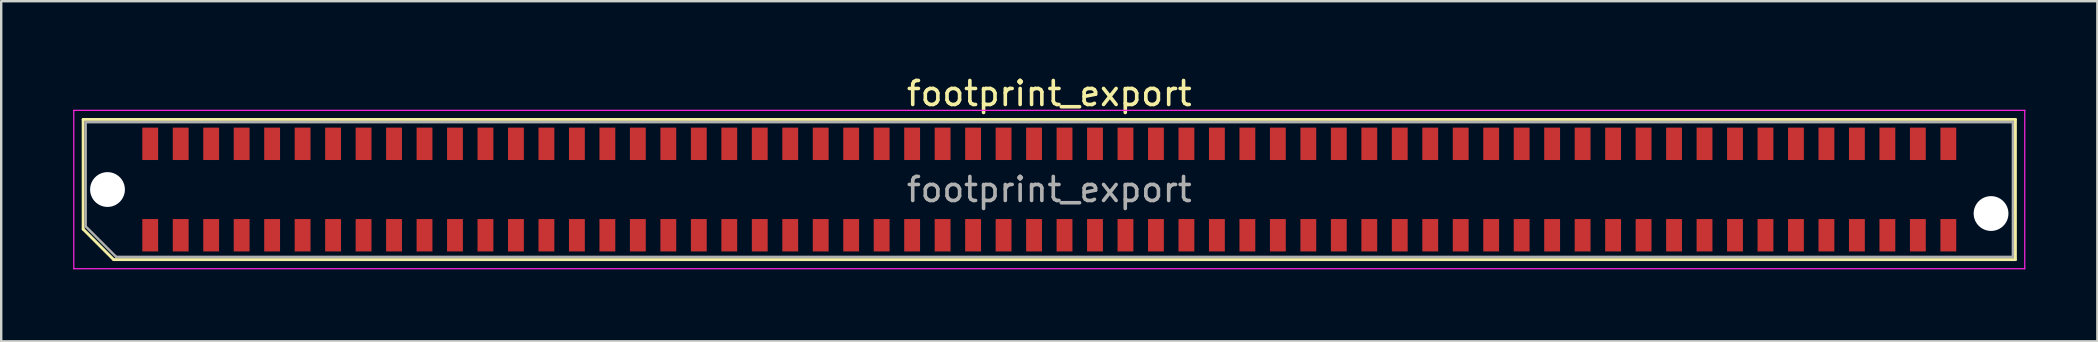
<source format=kicad_pcb>
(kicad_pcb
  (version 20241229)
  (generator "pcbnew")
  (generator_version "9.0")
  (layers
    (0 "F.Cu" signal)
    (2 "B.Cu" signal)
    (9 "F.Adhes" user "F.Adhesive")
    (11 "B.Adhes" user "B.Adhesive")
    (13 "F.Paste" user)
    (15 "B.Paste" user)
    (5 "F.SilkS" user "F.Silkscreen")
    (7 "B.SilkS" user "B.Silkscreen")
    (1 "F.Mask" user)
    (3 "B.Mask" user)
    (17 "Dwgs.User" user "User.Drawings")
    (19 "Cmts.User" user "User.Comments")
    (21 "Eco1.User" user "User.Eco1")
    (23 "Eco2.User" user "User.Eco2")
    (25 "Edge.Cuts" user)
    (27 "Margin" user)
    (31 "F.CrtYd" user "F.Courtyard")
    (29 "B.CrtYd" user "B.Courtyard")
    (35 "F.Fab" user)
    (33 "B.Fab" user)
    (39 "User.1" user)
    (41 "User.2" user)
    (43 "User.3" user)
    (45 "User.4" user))
  (footprint "footprint_export"
    (layer "F.Cu")
    (at 40.675 4.848)
    (property "Reference" "footprint_export" (at 0 -4 0) (layer "F.SilkS") (effects (font (size 1 1) (thickness 0.15))))
    (attr smd)
    (fp_line (start -40.26 -2.92) (end 40.26 -2.92) (stroke (width 0.12) (type solid)) (layer "F.SilkS"))
    (fp_line (start -40.26 1.65) (end -40.26 -2.92) (stroke (width 0.12) (type solid)) (layer "F.SilkS"))
    (fp_line (start -38.99 2.92) (end -40.26 1.65) (stroke (width 0.12) (type solid)) (layer "F.SilkS"))
    (fp_line (start -38.99 2.92) (end 40.26 2.92) (stroke (width 0.12) (type solid)) (layer "F.SilkS"))
    (fp_line (start 40.26 2.92) (end 40.26 -2.92) (stroke (width 0.12) (type solid)) (layer "F.SilkS"))
    (fp_line (start -40.65 -3.3) (end -40.65 3.3) (stroke (width 0.05) (type solid)) (layer "F.CrtYd"))
    (fp_line (start -40.65 3.3) (end 40.65 3.3) (stroke (width 0.05) (type solid)) (layer "F.CrtYd"))
    (fp_line (start 40.65 -3.3) (end -40.65 -3.3) (stroke (width 0.05) (type solid)) (layer "F.CrtYd"))
    (fp_line (start 40.65 3.3) (end 40.65 -3.3) (stroke (width 0.05) (type solid)) (layer "F.CrtYd"))
    (fp_line (start -40.155 -2.805) (end 40.155 -2.805) (stroke (width 0.1) (type solid)) (layer "F.Fab"))
    (fp_line (start -40.155 1.535) (end -40.155 -2.805) (stroke (width 0.1) (type solid)) (layer "F.Fab"))
    (fp_line (start -40.155 1.535) (end -38.885 2.805) (stroke (width 0.1) (type solid)) (layer "F.Fab"))
    (fp_line (start -38.885 2.805) (end 40.155 2.805) (stroke (width 0.1) (type solid)) (layer "F.Fab"))
    (fp_line (start 40.155 2.805) (end 40.155 -2.805) (stroke (width 0.1) (type solid)) (layer "F.Fab"))
    (fp_text user "${REFERENCE}" (at 0 0 0) (layer "F.Fab") (effects (font (size 1 1) (thickness 0.15))))
    (pad "" np_thru_hole circle (at -39.245 0) (size 1.45 1.45) (drill 1.45) (layers "*.Cu" "*.Mask"))
    (pad "" np_thru_hole circle (at 39.245 1) (size 1.45 1.45) (drill 1.45) (layers "*.Cu" "*.Mask"))
    (pad "1" smd rect (at -37.465 1.905) (size 0.66 1.35) (layers "F.Cu" "F.Mask" "F.Paste"))
    (pad "2" smd rect (at -37.465 -1.905) (size 0.66 1.35) (layers "F.Cu" "F.Mask" "F.Paste"))
    (pad "3" smd rect (at -36.195 1.905) (size 0.66 1.35) (layers "F.Cu" "F.Mask" "F.Paste"))
    (pad "4" smd rect (at -36.195 -1.905) (size 0.66 1.35) (layers "F.Cu" "F.Mask" "F.Paste"))
    (pad "5" smd rect (at -34.925 1.905) (size 0.66 1.35) (layers "F.Cu" "F.Mask" "F.Paste"))
    (pad "6" smd rect (at -34.925 -1.905) (size 0.66 1.35) (layers "F.Cu" "F.Mask" "F.Paste"))
    (pad "7" smd rect (at -33.655 1.905) (size 0.66 1.35) (layers "F.Cu" "F.Mask" "F.Paste"))
    (pad "8" smd rect (at -33.655 -1.905) (size 0.66 1.35) (layers "F.Cu" "F.Mask" "F.Paste"))
    (pad "9" smd rect (at -32.385 1.905) (size 0.66 1.35) (layers "F.Cu" "F.Mask" "F.Paste"))
    (pad "10" smd rect (at -32.385 -1.905) (size 0.66 1.35) (layers "F.Cu" "F.Mask" "F.Paste"))
    (pad "11" smd rect (at -31.115 1.905) (size 0.66 1.35) (layers "F.Cu" "F.Mask" "F.Paste"))
    (pad "12" smd rect (at -31.115 -1.905) (size 0.66 1.35) (layers "F.Cu" "F.Mask" "F.Paste"))
    (pad "13" smd rect (at -29.845 1.905) (size 0.66 1.35) (layers "F.Cu" "F.Mask" "F.Paste"))
    (pad "14" smd rect (at -29.845 -1.905) (size 0.66 1.35) (layers "F.Cu" "F.Mask" "F.Paste"))
    (pad "15" smd rect (at -28.575 1.905) (size 0.66 1.35) (layers "F.Cu" "F.Mask" "F.Paste"))
    (pad "16" smd rect (at -28.575 -1.905) (size 0.66 1.35) (layers "F.Cu" "F.Mask" "F.Paste"))
    (pad "17" smd rect (at -27.305 1.905) (size 0.66 1.35) (layers "F.Cu" "F.Mask" "F.Paste"))
    (pad "18" smd rect (at -27.305 -1.905) (size 0.66 1.35) (layers "F.Cu" "F.Mask" "F.Paste"))
    (pad "19" smd rect (at -26.035 1.905) (size 0.66 1.35) (layers "F.Cu" "F.Mask" "F.Paste"))
    (pad "20" smd rect (at -26.035 -1.905) (size 0.66 1.35) (layers "F.Cu" "F.Mask" "F.Paste"))
    (pad "21" smd rect (at -24.765 1.905) (size 0.66 1.35) (layers "F.Cu" "F.Mask" "F.Paste"))
    (pad "22" smd rect (at -24.765 -1.905) (size 0.66 1.35) (layers "F.Cu" "F.Mask" "F.Paste"))
    (pad "23" smd rect (at -23.495 1.905) (size 0.66 1.35) (layers "F.Cu" "F.Mask" "F.Paste"))
    (pad "24" smd rect (at -23.495 -1.905) (size 0.66 1.35) (layers "F.Cu" "F.Mask" "F.Paste"))
    (pad "25" smd rect (at -22.225 1.905) (size 0.66 1.35) (layers "F.Cu" "F.Mask" "F.Paste"))
    (pad "26" smd rect (at -22.225 -1.905) (size 0.66 1.35) (layers "F.Cu" "F.Mask" "F.Paste"))
    (pad "27" smd rect (at -20.955 1.905) (size 0.66 1.35) (layers "F.Cu" "F.Mask" "F.Paste"))
    (pad "28" smd rect (at -20.955 -1.905) (size 0.66 1.35) (layers "F.Cu" "F.Mask" "F.Paste"))
    (pad "29" smd rect (at -19.685 1.905) (size 0.66 1.35) (layers "F.Cu" "F.Mask" "F.Paste"))
    (pad "30" smd rect (at -19.685 -1.905) (size 0.66 1.35) (layers "F.Cu" "F.Mask" "F.Paste"))
    (pad "31" smd rect (at -18.415 1.905) (size 0.66 1.35) (layers "F.Cu" "F.Mask" "F.Paste"))
    (pad "32" smd rect (at -18.415 -1.905) (size 0.66 1.35) (layers "F.Cu" "F.Mask" "F.Paste"))
    (pad "33" smd rect (at -17.145 1.905) (size 0.66 1.35) (layers "F.Cu" "F.Mask" "F.Paste"))
    (pad "34" smd rect (at -17.145 -1.905) (size 0.66 1.35) (layers "F.Cu" "F.Mask" "F.Paste"))
    (pad "35" smd rect (at -15.875 1.905) (size 0.66 1.35) (layers "F.Cu" "F.Mask" "F.Paste"))
    (pad "36" smd rect (at -15.875 -1.905) (size 0.66 1.35) (layers "F.Cu" "F.Mask" "F.Paste"))
    (pad "37" smd rect (at -14.605 1.905) (size 0.66 1.35) (layers "F.Cu" "F.Mask" "F.Paste"))
    (pad "38" smd rect (at -14.605 -1.905) (size 0.66 1.35) (layers "F.Cu" "F.Mask" "F.Paste"))
    (pad "39" smd rect (at -13.335 1.905) (size 0.66 1.35) (layers "F.Cu" "F.Mask" "F.Paste"))
    (pad "40" smd rect (at -13.335 -1.905) (size 0.66 1.35) (layers "F.Cu" "F.Mask" "F.Paste"))
    (pad "41" smd rect (at -12.065 1.905) (size 0.66 1.35) (layers "F.Cu" "F.Mask" "F.Paste"))
    (pad "42" smd rect (at -12.065 -1.905) (size 0.66 1.35) (layers "F.Cu" "F.Mask" "F.Paste"))
    (pad "43" smd rect (at -10.795 1.905) (size 0.66 1.35) (layers "F.Cu" "F.Mask" "F.Paste"))
    (pad "44" smd rect (at -10.795 -1.905) (size 0.66 1.35) (layers "F.Cu" "F.Mask" "F.Paste"))
    (pad "45" smd rect (at -9.525 1.905) (size 0.66 1.35) (layers "F.Cu" "F.Mask" "F.Paste"))
    (pad "46" smd rect (at -9.525 -1.905) (size 0.66 1.35) (layers "F.Cu" "F.Mask" "F.Paste"))
    (pad "47" smd rect (at -8.255 1.905) (size 0.66 1.35) (layers "F.Cu" "F.Mask" "F.Paste"))
    (pad "48" smd rect (at -8.255 -1.905) (size 0.66 1.35) (layers "F.Cu" "F.Mask" "F.Paste"))
    (pad "49" smd rect (at -6.985 1.905) (size 0.66 1.35) (layers "F.Cu" "F.Mask" "F.Paste"))
    (pad "50" smd rect (at -6.985 -1.905) (size 0.66 1.35) (layers "F.Cu" "F.Mask" "F.Paste"))
    (pad "51" smd rect (at -5.715 1.905) (size 0.66 1.35) (layers "F.Cu" "F.Mask" "F.Paste"))
    (pad "52" smd rect (at -5.715 -1.905) (size 0.66 1.35) (layers "F.Cu" "F.Mask" "F.Paste"))
    (pad "53" smd rect (at -4.445 1.905) (size 0.66 1.35) (layers "F.Cu" "F.Mask" "F.Paste"))
    (pad "54" smd rect (at -4.445 -1.905) (size 0.66 1.35) (layers "F.Cu" "F.Mask" "F.Paste"))
    (pad "55" smd rect (at -3.175 1.905) (size 0.66 1.35) (layers "F.Cu" "F.Mask" "F.Paste"))
    (pad "56" smd rect (at -3.175 -1.905) (size 0.66 1.35) (layers "F.Cu" "F.Mask" "F.Paste"))
    (pad "57" smd rect (at -1.905 1.905) (size 0.66 1.35) (layers "F.Cu" "F.Mask" "F.Paste"))
    (pad "58" smd rect (at -1.905 -1.905) (size 0.66 1.35) (layers "F.Cu" "F.Mask" "F.Paste"))
    (pad "59" smd rect (at -0.635 1.905) (size 0.66 1.35) (layers "F.Cu" "F.Mask" "F.Paste"))
    (pad "60" smd rect (at -0.635 -1.905) (size 0.66 1.35) (layers "F.Cu" "F.Mask" "F.Paste"))
    (pad "61" smd rect (at 0.635 1.905) (size 0.66 1.35) (layers "F.Cu" "F.Mask" "F.Paste"))
    (pad "62" smd rect (at 0.635 -1.905) (size 0.66 1.35) (layers "F.Cu" "F.Mask" "F.Paste"))
    (pad "63" smd rect (at 1.905 1.905) (size 0.66 1.35) (layers "F.Cu" "F.Mask" "F.Paste"))
    (pad "64" smd rect (at 1.905 -1.905) (size 0.66 1.35) (layers "F.Cu" "F.Mask" "F.Paste"))
    (pad "65" smd rect (at 3.175 1.905) (size 0.66 1.35) (layers "F.Cu" "F.Mask" "F.Paste"))
    (pad "66" smd rect (at 3.175 -1.905) (size 0.66 1.35) (layers "F.Cu" "F.Mask" "F.Paste"))
    (pad "67" smd rect (at 4.445 1.905) (size 0.66 1.35) (layers "F.Cu" "F.Mask" "F.Paste"))
    (pad "68" smd rect (at 4.445 -1.905) (size 0.66 1.35) (layers "F.Cu" "F.Mask" "F.Paste"))
    (pad "69" smd rect (at 5.715 1.905) (size 0.66 1.35) (layers "F.Cu" "F.Mask" "F.Paste"))
    (pad "70" smd rect (at 5.715 -1.905) (size 0.66 1.35) (layers "F.Cu" "F.Mask" "F.Paste"))
    (pad "71" smd rect (at 6.985 1.905) (size 0.66 1.35) (layers "F.Cu" "F.Mask" "F.Paste"))
    (pad "72" smd rect (at 6.985 -1.905) (size 0.66 1.35) (layers "F.Cu" "F.Mask" "F.Paste"))
    (pad "73" smd rect (at 8.255 1.905) (size 0.66 1.35) (layers "F.Cu" "F.Mask" "F.Paste"))
    (pad "74" smd rect (at 8.255 -1.905) (size 0.66 1.35) (layers "F.Cu" "F.Mask" "F.Paste"))
    (pad "75" smd rect (at 9.525 1.905) (size 0.66 1.35) (layers "F.Cu" "F.Mask" "F.Paste"))
    (pad "76" smd rect (at 9.525 -1.905) (size 0.66 1.35) (layers "F.Cu" "F.Mask" "F.Paste"))
    (pad "77" smd rect (at 10.795 1.905) (size 0.66 1.35) (layers "F.Cu" "F.Mask" "F.Paste"))
    (pad "78" smd rect (at 10.795 -1.905) (size 0.66 1.35) (layers "F.Cu" "F.Mask" "F.Paste"))
    (pad "79" smd rect (at 12.065 1.905) (size 0.66 1.35) (layers "F.Cu" "F.Mask" "F.Paste"))
    (pad "80" smd rect (at 12.065 -1.905) (size 0.66 1.35) (layers "F.Cu" "F.Mask" "F.Paste"))
    (pad "81" smd rect (at 13.335 1.905) (size 0.66 1.35) (layers "F.Cu" "F.Mask" "F.Paste"))
    (pad "82" smd rect (at 13.335 -1.905) (size 0.66 1.35) (layers "F.Cu" "F.Mask" "F.Paste"))
    (pad "83" smd rect (at 14.605 1.905) (size 0.66 1.35) (layers "F.Cu" "F.Mask" "F.Paste"))
    (pad "84" smd rect (at 14.605 -1.905) (size 0.66 1.35) (layers "F.Cu" "F.Mask" "F.Paste"))
    (pad "85" smd rect (at 15.875 1.905) (size 0.66 1.35) (layers "F.Cu" "F.Mask" "F.Paste"))
    (pad "86" smd rect (at 15.875 -1.905) (size 0.66 1.35) (layers "F.Cu" "F.Mask" "F.Paste"))
    (pad "87" smd rect (at 17.145 1.905) (size 0.66 1.35) (layers "F.Cu" "F.Mask" "F.Paste"))
    (pad "88" smd rect (at 17.145 -1.905) (size 0.66 1.35) (layers "F.Cu" "F.Mask" "F.Paste"))
    (pad "89" smd rect (at 18.415 1.905) (size 0.66 1.35) (layers "F.Cu" "F.Mask" "F.Paste"))
    (pad "90" smd rect (at 18.415 -1.905) (size 0.66 1.35) (layers "F.Cu" "F.Mask" "F.Paste"))
    (pad "91" smd rect (at 19.685 1.905) (size 0.66 1.35) (layers "F.Cu" "F.Mask" "F.Paste"))
    (pad "92" smd rect (at 19.685 -1.905) (size 0.66 1.35) (layers "F.Cu" "F.Mask" "F.Paste"))
    (pad "93" smd rect (at 20.955 1.905) (size 0.66 1.35) (layers "F.Cu" "F.Mask" "F.Paste"))
    (pad "94" smd rect (at 20.955 -1.905) (size 0.66 1.35) (layers "F.Cu" "F.Mask" "F.Paste"))
    (pad "95" smd rect (at 22.225 1.905) (size 0.66 1.35) (layers "F.Cu" "F.Mask" "F.Paste"))
    (pad "96" smd rect (at 22.225 -1.905) (size 0.66 1.35) (layers "F.Cu" "F.Mask" "F.Paste"))
    (pad "97" smd rect (at 23.495 1.905) (size 0.66 1.35) (layers "F.Cu" "F.Mask" "F.Paste"))
    (pad "98" smd rect (at 23.495 -1.905) (size 0.66 1.35) (layers "F.Cu" "F.Mask" "F.Paste"))
    (pad "99" smd rect (at 24.765 1.905) (size 0.66 1.35) (layers "F.Cu" "F.Mask" "F.Paste"))
    (pad "100" smd rect (at 24.765 -1.905) (size 0.66 1.35) (layers "F.Cu" "F.Mask" "F.Paste"))
    (pad "101" smd rect (at 26.035 1.905) (size 0.66 1.35) (layers "F.Cu" "F.Mask" "F.Paste"))
    (pad "102" smd rect (at 26.035 -1.905) (size 0.66 1.35) (layers "F.Cu" "F.Mask" "F.Paste"))
    (pad "103" smd rect (at 27.305 1.905) (size 0.66 1.35) (layers "F.Cu" "F.Mask" "F.Paste"))
    (pad "104" smd rect (at 27.305 -1.905) (size 0.66 1.35) (layers "F.Cu" "F.Mask" "F.Paste"))
    (pad "105" smd rect (at 28.575 1.905) (size 0.66 1.35) (layers "F.Cu" "F.Mask" "F.Paste"))
    (pad "106" smd rect (at 28.575 -1.905) (size 0.66 1.35) (layers "F.Cu" "F.Mask" "F.Paste"))
    (pad "107" smd rect (at 29.845 1.905) (size 0.66 1.35) (layers "F.Cu" "F.Mask" "F.Paste"))
    (pad "108" smd rect (at 29.845 -1.905) (size 0.66 1.35) (layers "F.Cu" "F.Mask" "F.Paste"))
    (pad "109" smd rect (at 31.115 1.905) (size 0.66 1.35) (layers "F.Cu" "F.Mask" "F.Paste"))
    (pad "110" smd rect (at 31.115 -1.905) (size 0.66 1.35) (layers "F.Cu" "F.Mask" "F.Paste"))
    (pad "111" smd rect (at 32.385 1.905) (size 0.66 1.35) (layers "F.Cu" "F.Mask" "F.Paste"))
    (pad "112" smd rect (at 32.385 -1.905) (size 0.66 1.35) (layers "F.Cu" "F.Mask" "F.Paste"))
    (pad "113" smd rect (at 33.655 1.905) (size 0.66 1.35) (layers "F.Cu" "F.Mask" "F.Paste"))
    (pad "114" smd rect (at 33.655 -1.905) (size 0.66 1.35) (layers "F.Cu" "F.Mask" "F.Paste"))
    (pad "115" smd rect (at 34.925 1.905) (size 0.66 1.35) (layers "F.Cu" "F.Mask" "F.Paste"))
    (pad "116" smd rect (at 34.925 -1.905) (size 0.66 1.35) (layers "F.Cu" "F.Mask" "F.Paste"))
    (pad "117" smd rect (at 36.195 1.905) (size 0.66 1.35) (layers "F.Cu" "F.Mask" "F.Paste"))
    (pad "118" smd rect (at 36.195 -1.905) (size 0.66 1.35) (layers "F.Cu" "F.Mask" "F.Paste"))
    (pad "119" smd rect (at 37.465 1.905) (size 0.66 1.35) (layers "F.Cu" "F.Mask" "F.Paste"))
    (pad "120" smd rect (at 37.465 -1.905) (size 0.66 1.35) (layers "F.Cu" "F.Mask" "F.Paste")))
  (gr_rect
    (start -3 -3)
    (end 84.35 11.173)
    (stroke (width 0.1) (type default))
    (fill no)
    (layer "Edge.Cuts")))
</source>
